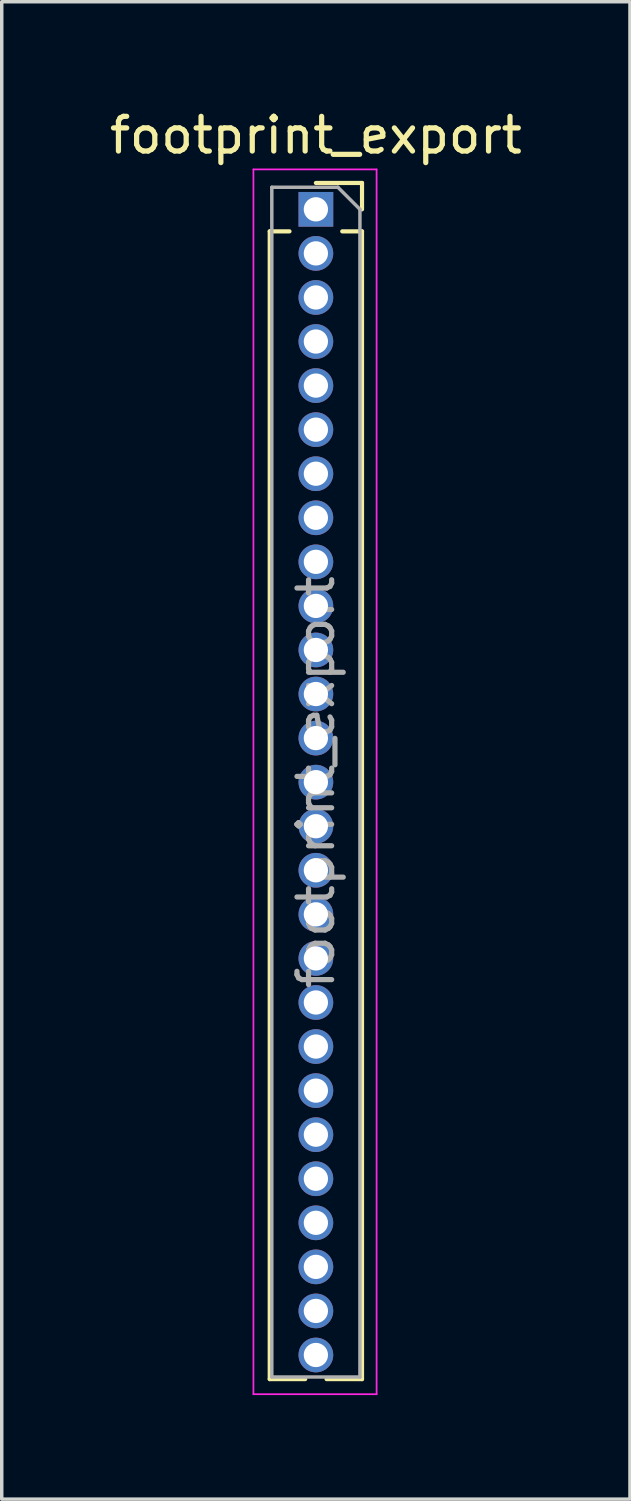
<source format=kicad_pcb>
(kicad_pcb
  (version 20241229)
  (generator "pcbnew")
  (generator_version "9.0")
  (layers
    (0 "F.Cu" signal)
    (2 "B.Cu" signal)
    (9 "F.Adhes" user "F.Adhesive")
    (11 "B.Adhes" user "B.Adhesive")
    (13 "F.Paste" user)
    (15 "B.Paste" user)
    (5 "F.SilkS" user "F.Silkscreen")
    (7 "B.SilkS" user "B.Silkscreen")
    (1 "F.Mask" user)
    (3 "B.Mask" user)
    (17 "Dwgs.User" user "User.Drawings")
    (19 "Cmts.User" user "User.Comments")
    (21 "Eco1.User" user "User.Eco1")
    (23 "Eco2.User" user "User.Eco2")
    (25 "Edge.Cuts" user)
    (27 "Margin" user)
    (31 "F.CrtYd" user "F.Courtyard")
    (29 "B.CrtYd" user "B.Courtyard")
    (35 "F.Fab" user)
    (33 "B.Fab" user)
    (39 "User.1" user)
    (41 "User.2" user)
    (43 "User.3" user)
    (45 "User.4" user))
  (footprint "footprint_export"
    (layer "F.Cu")
    (at 6.054 2.983)
    (property "Reference" "footprint_export" (at 0 -2.135 0) (layer "F.SilkS") (effects (font (size 1 1) (thickness 0.15))))
    (attr through_hole)
    (fp_line (start -1.33 0.635) (end -1.33 33.715) (stroke (width 0.12) (type solid)) (layer "F.SilkS"))
    (fp_line (start -1.33 0.635) (end -0.76 0.635) (stroke (width 0.12) (type solid)) (layer "F.SilkS"))
    (fp_line (start -1.33 33.715) (end -0.308 33.715) (stroke (width 0.12) (type solid)) (layer "F.SilkS"))
    (fp_line (start 0 -0.76) (end 1.33 -0.76) (stroke (width 0.12) (type solid)) (layer "F.SilkS"))
    (fp_line (start 0.308 33.715) (end 1.33 33.715) (stroke (width 0.12) (type solid)) (layer "F.SilkS"))
    (fp_line (start 0.76 0.635) (end 1.33 0.635) (stroke (width 0.12) (type solid)) (layer "F.SilkS"))
    (fp_line (start 1.33 -0.76) (end 1.33 0) (stroke (width 0.12) (type solid)) (layer "F.SilkS"))
    (fp_line (start 1.33 0.635) (end 1.33 33.715) (stroke (width 0.12) (type solid)) (layer "F.SilkS"))
    (fp_line (start -1.8 -1.15) (end 1.75 -1.15) (stroke (width 0.05) (type solid)) (layer "F.CrtYd"))
    (fp_line (start -1.8 34.15) (end -1.8 -1.15) (stroke (width 0.05) (type solid)) (layer "F.CrtYd"))
    (fp_line (start 1.75 -1.15) (end 1.75 34.15) (stroke (width 0.05) (type solid)) (layer "F.CrtYd"))
    (fp_line (start 1.75 34.15) (end -1.8 34.15) (stroke (width 0.05) (type solid)) (layer "F.CrtYd"))
    (fp_line (start -1.27 -0.635) (end 0.635 -0.635) (stroke (width 0.1) (type solid)) (layer "F.Fab"))
    (fp_line (start -1.27 33.655) (end -1.27 -0.635) (stroke (width 0.1) (type solid)) (layer "F.Fab"))
    (fp_line (start 0.635 -0.635) (end 1.27 0) (stroke (width 0.1) (type solid)) (layer "F.Fab"))
    (fp_line (start 1.27 0) (end 1.27 33.655) (stroke (width 0.1) (type solid)) (layer "F.Fab"))
    (fp_line (start 1.27 33.655) (end -1.27 33.655) (stroke (width 0.1) (type solid)) (layer "F.Fab"))
    (fp_text user "${REFERENCE}" (at 0 16.51 90) (layer "F.Fab") (effects (font (size 1 1) (thickness 0.15))))
    (pad "1" thru_hole rect (at 0 0) (size 1 1) (drill 0.7) (layers "*.Cu" "*.Mask"))
    (pad "2" thru_hole oval (at 0 1.27) (size 1 1) (drill 0.7) (layers "*.Cu" "*.Mask"))
    (pad "3" thru_hole oval (at 0 2.54) (size 1 1) (drill 0.7) (layers "*.Cu" "*.Mask"))
    (pad "4" thru_hole oval (at 0 3.81) (size 1 1) (drill 0.7) (layers "*.Cu" "*.Mask"))
    (pad "5" thru_hole oval (at 0 5.08) (size 1 1) (drill 0.7) (layers "*.Cu" "*.Mask"))
    (pad "6" thru_hole oval (at 0 6.35) (size 1 1) (drill 0.7) (layers "*.Cu" "*.Mask"))
    (pad "7" thru_hole oval (at 0 7.62) (size 1 1) (drill 0.7) (layers "*.Cu" "*.Mask"))
    (pad "8" thru_hole oval (at 0 8.89) (size 1 1) (drill 0.7) (layers "*.Cu" "*.Mask"))
    (pad "9" thru_hole oval (at 0 10.16) (size 1 1) (drill 0.7) (layers "*.Cu" "*.Mask"))
    (pad "10" thru_hole oval (at 0 11.43) (size 1 1) (drill 0.7) (layers "*.Cu" "*.Mask"))
    (pad "11" thru_hole oval (at 0 12.7) (size 1 1) (drill 0.7) (layers "*.Cu" "*.Mask"))
    (pad "12" thru_hole oval (at 0 13.97) (size 1 1) (drill 0.7) (layers "*.Cu" "*.Mask"))
    (pad "13" thru_hole oval (at 0 15.24) (size 1 1) (drill 0.7) (layers "*.Cu" "*.Mask"))
    (pad "14" thru_hole oval (at 0 16.51) (size 1 1) (drill 0.7) (layers "*.Cu" "*.Mask"))
    (pad "15" thru_hole oval (at 0 17.78) (size 1 1) (drill 0.7) (layers "*.Cu" "*.Mask"))
    (pad "16" thru_hole oval (at 0 19.05) (size 1 1) (drill 0.7) (layers "*.Cu" "*.Mask"))
    (pad "17" thru_hole oval (at 0 20.32) (size 1 1) (drill 0.7) (layers "*.Cu" "*.Mask"))
    (pad "18" thru_hole oval (at 0 21.59) (size 1 1) (drill 0.7) (layers "*.Cu" "*.Mask"))
    (pad "19" thru_hole oval (at 0 22.86) (size 1 1) (drill 0.7) (layers "*.Cu" "*.Mask"))
    (pad "20" thru_hole oval (at 0 24.13) (size 1 1) (drill 0.7) (layers "*.Cu" "*.Mask"))
    (pad "21" thru_hole oval (at 0 25.4) (size 1 1) (drill 0.7) (layers "*.Cu" "*.Mask"))
    (pad "22" thru_hole oval (at 0 26.67) (size 1 1) (drill 0.7) (layers "*.Cu" "*.Mask"))
    (pad "23" thru_hole oval (at 0 27.94) (size 1 1) (drill 0.7) (layers "*.Cu" "*.Mask"))
    (pad "24" thru_hole oval (at 0 29.21) (size 1 1) (drill 0.7) (layers "*.Cu" "*.Mask"))
    (pad "25" thru_hole oval (at 0 30.48) (size 1 1) (drill 0.7) (layers "*.Cu" "*.Mask"))
    (pad "26" thru_hole oval (at 0 31.75) (size 1 1) (drill 0.7) (layers "*.Cu" "*.Mask"))
    (pad "27" thru_hole oval (at 0 33.02) (size 1 1) (drill 0.7) (layers "*.Cu" "*.Mask")))
  (gr_rect
    (start -3 -3)
    (end 15.107 40.158)
    (stroke (width 0.1) (type default))
    (fill no)
    (layer "Edge.Cuts")))
</source>
